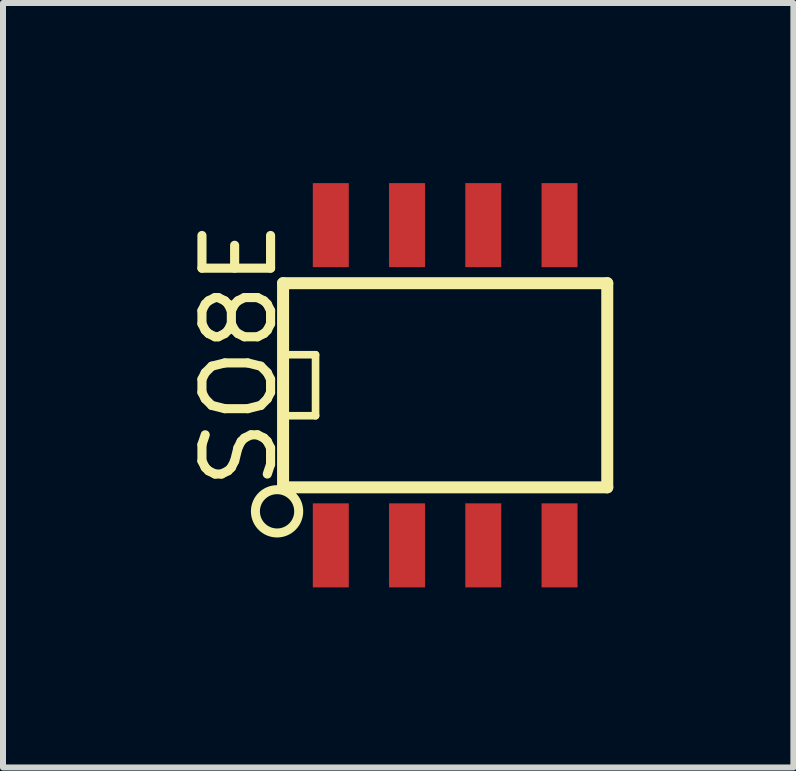
<source format=kicad_pcb>
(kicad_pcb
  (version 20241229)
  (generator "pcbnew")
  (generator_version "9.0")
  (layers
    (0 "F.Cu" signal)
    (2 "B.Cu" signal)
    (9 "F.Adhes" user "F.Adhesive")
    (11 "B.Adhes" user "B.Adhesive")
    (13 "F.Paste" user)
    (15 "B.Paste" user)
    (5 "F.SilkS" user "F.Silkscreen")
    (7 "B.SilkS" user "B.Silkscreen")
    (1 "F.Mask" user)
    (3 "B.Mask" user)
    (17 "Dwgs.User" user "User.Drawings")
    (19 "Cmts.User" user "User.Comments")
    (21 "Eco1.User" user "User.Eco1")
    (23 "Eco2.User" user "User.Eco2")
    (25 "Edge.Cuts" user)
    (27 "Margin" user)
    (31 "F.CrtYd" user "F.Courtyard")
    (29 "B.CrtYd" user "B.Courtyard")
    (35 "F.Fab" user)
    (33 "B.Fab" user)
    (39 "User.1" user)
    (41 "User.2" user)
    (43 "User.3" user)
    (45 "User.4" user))
  (footprint "SO8E"
    (layer "F.Cu")
    (at 4.365 3.367)
    (property "Reference" "SO8E" (at -3.429 -0.508 90) (layer "F.SilkS") (effects (font (size 1.143 1.143) (thickness 0.152))))
    (attr smd)
    (fp_line (start -2.7 -1.7) (end 2.7 -1.7) (stroke (width 0.2) (type solid)) (layer "F.SilkS"))
    (fp_line (start -2.7 1.7) (end -2.7 -1.7) (stroke (width 0.2) (type solid)) (layer "F.SilkS"))
    (fp_line (start -2.7 1.7) (end 2.7 1.7) (stroke (width 0.2) (type solid)) (layer "F.SilkS"))
    (fp_line (start -2.667 -0.508) (end -2.159 -0.508) (stroke (width 0.127) (type solid)) (layer "F.SilkS"))
    (fp_line (start -2.159 -0.508) (end -2.159 0.508) (stroke (width 0.127) (type solid)) (layer "F.SilkS"))
    (fp_line (start -2.159 0.508) (end -2.667 0.508) (stroke (width 0.127) (type solid)) (layer "F.SilkS"))
    (fp_line (start 2.7 -1.7) (end 2.7 1.7) (stroke (width 0.2) (type solid)) (layer "F.SilkS"))
    (fp_circle (center -2.8 2.1) (end -2.5 1.9) (stroke (width 0.15) (type solid)) (fill no) (layer "F.SilkS"))
    (pad "1" smd rect (at -1.905 2.667) (size 0.599 1.4) (layers "F.Cu" "F.Mask" "F.Paste"))
    (pad "2" smd rect (at -0.635 2.667) (size 0.599 1.4) (layers "F.Cu" "F.Mask" "F.Paste"))
    (pad "3" smd rect (at 0.635 2.667) (size 0.599 1.4) (layers "F.Cu" "F.Mask" "F.Paste"))
    (pad "4" smd rect (at 1.905 2.667) (size 0.599 1.4) (layers "F.Cu" "F.Mask" "F.Paste"))
    (pad "5" smd rect (at 1.905 -2.667) (size 0.599 1.4) (layers "F.Cu" "F.Mask" "F.Paste"))
    (pad "6" smd rect (at 0.635 -2.667) (size 0.599 1.4) (layers "F.Cu" "F.Mask" "F.Paste"))
    (pad "7" smd rect (at -0.635 -2.667) (size 0.599 1.4) (layers "F.Cu" "F.Mask" "F.Paste"))
    (pad "8" smd rect (at -1.905 -2.667) (size 0.599 1.4) (layers "F.Cu" "F.Mask" "F.Paste")))
  (gr_rect
    (start -3 -3)
    (end 10.165 9.734)
    (stroke (width 0.1) (type default))
    (fill no)
    (layer "Edge.Cuts")))
</source>
